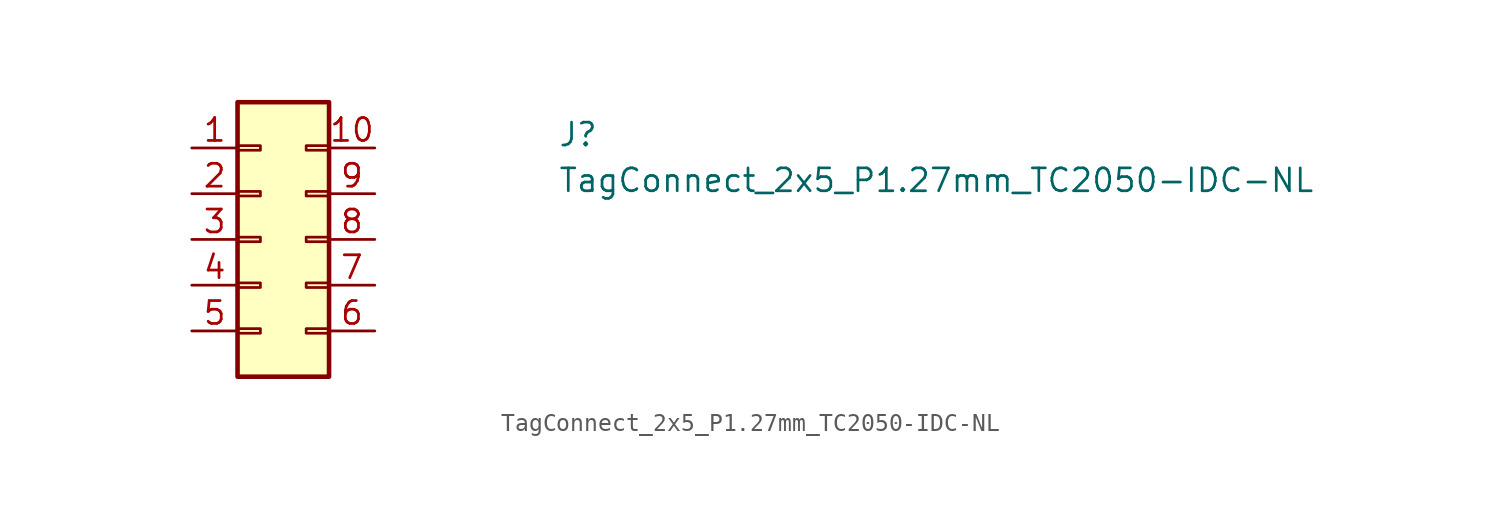
<source format=kicad_sym>
(kicad_symbol_lib
  (version 20211014)
  (generator kicad_symbol_editor)
  (symbol "TagConnect_2x5_P1.27mm_TC2050-IDC-NL"
    (pin_names hide)
    (property "Reference" "J"
      (at 20.32 0 0)
      (effects (font (size 1.27 1.27) (thickness 0.15)) (justify left bottom)))
    (property "Value" "TagConnect_2x5_P1.27mm_TC2050-IDC-NL"
      (at 20.32 -2.54 0)
      (effects (font (size 1.27 1.27) (thickness 0.15)) (justify left bottom)))
    (symbol "TagConnect_2x5_P1.27mm_TC2050-IDC-NL_1_1"
      (rectangle (start 2.54 -10.033) (end 3.81 -10.287) (stroke (width 0.152) (type default) (color 0 0 0 0)) (fill (type none)))
      (rectangle (start 2.54 -7.493) (end 3.81 -7.747) (stroke (width 0.152) (type default) (color 0 0 0 0)) (fill (type none)))
      (rectangle (start 2.54 -4.953) (end 3.81 -5.207) (stroke (width 0.152) (type default) (color 0 0 0 0)) (fill (type none)))
      (rectangle (start 2.54 -2.413) (end 3.81 -2.667) (stroke (width 0.152) (type default) (color 0 0 0 0)) (fill (type none)))
      (rectangle (start 2.54 0.127) (end 3.81 -0.127) (stroke (width 0.152) (type default) (color 0 0 0 0)) (fill (type none)))
      (rectangle (start 2.54 2.54) (end 7.62 -12.7) (stroke (width 0.254) (type default) (color 0 0 0 0)) (fill (type background)))
      (rectangle (start 6.35 -10.033) (end 7.62 -10.287) (stroke (width 0.152) (type default) (color 0 0 0 0)) (fill (type none)))
      (rectangle (start 6.35 -7.493) (end 7.62 -7.747) (stroke (width 0.152) (type default) (color 0 0 0 0)) (fill (type none)))
      (rectangle (start 6.35 -4.953) (end 7.62 -5.207) (stroke (width 0.152) (type default) (color 0 0 0 0)) (fill (type none)))
      (rectangle (start 6.35 -2.413) (end 7.62 -2.667) (stroke (width 0.152) (type default) (color 0 0 0 0)) (fill (type none)))
      (rectangle (start 6.35 0.127) (end 7.62 -0.127) (stroke (width 0.152) (type default) (color 0 0 0 0)) (fill (type none)))
      (pin passive line (at 0 0 0) (length 2.54) (name "1" (effects (font (size 1.27 1.27)))) (number "1" (effects (font (size 1.27 1.27)))))
      (pin passive line (at 10.16 0 180) (length 2.54) (name "10" (effects (font (size 1.27 1.27)))) (number "10" (effects (font (size 1.27 1.27)))))
      (pin passive line (at 0 -2.54 0) (length 2.54) (name "2" (effects (font (size 1.27 1.27)))) (number "2" (effects (font (size 1.27 1.27)))))
      (pin passive line (at 0 -5.08 0) (length 2.54) (name "3" (effects (font (size 1.27 1.27)))) (number "3" (effects (font (size 1.27 1.27)))))
      (pin passive line (at 0 -7.62 0) (length 2.54) (name "4" (effects (font (size 1.27 1.27)))) (number "4" (effects (font (size 1.27 1.27)))))
      (pin passive line (at 0 -10.16 0) (length 2.54) (name "5" (effects (font (size 1.27 1.27)))) (number "5" (effects (font (size 1.27 1.27)))))
      (pin passive line (at 10.16 -10.16 180) (length 2.54) (name "6" (effects (font (size 1.27 1.27)))) (number "6" (effects (font (size 1.27 1.27)))))
      (pin passive line (at 10.16 -7.62 180) (length 2.54) (name "7" (effects (font (size 1.27 1.27)))) (number "7" (effects (font (size 1.27 1.27)))))
      (pin passive line (at 10.16 -5.08 180) (length 2.54) (name "8" (effects (font (size 1.27 1.27)))) (number "8" (effects (font (size 1.27 1.27)))))
      (pin passive line (at 10.16 -2.54 180) (length 2.54) (name "9" (effects (font (size 1.27 1.27)))) (number "9" (effects (font (size 1.27 1.27))))))))
</source>
